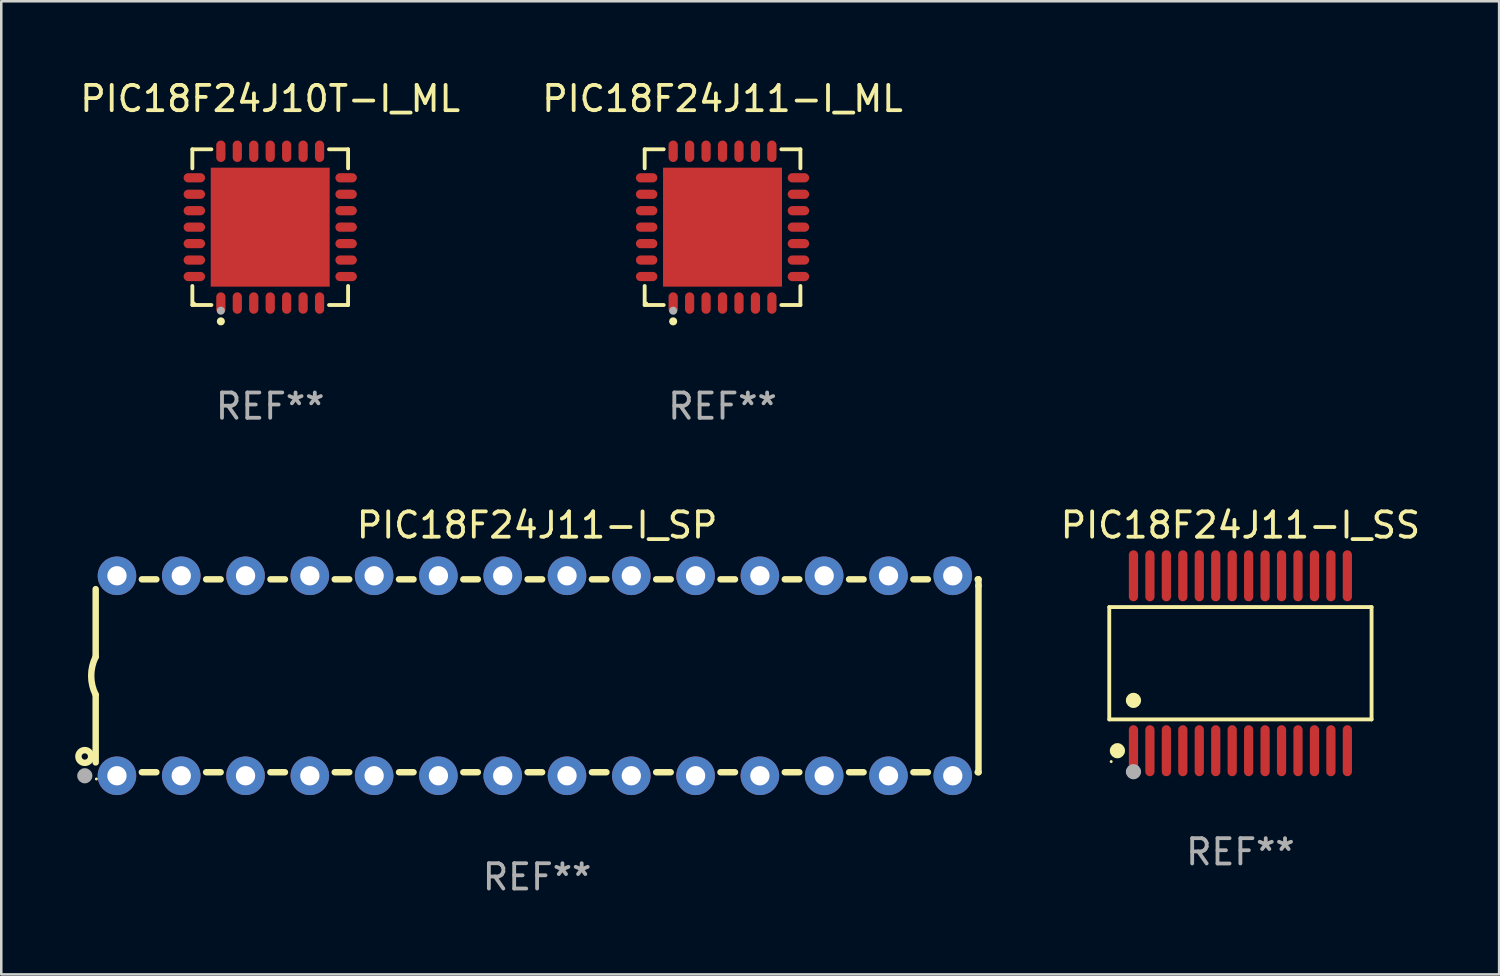
<source format=kicad_pcb>
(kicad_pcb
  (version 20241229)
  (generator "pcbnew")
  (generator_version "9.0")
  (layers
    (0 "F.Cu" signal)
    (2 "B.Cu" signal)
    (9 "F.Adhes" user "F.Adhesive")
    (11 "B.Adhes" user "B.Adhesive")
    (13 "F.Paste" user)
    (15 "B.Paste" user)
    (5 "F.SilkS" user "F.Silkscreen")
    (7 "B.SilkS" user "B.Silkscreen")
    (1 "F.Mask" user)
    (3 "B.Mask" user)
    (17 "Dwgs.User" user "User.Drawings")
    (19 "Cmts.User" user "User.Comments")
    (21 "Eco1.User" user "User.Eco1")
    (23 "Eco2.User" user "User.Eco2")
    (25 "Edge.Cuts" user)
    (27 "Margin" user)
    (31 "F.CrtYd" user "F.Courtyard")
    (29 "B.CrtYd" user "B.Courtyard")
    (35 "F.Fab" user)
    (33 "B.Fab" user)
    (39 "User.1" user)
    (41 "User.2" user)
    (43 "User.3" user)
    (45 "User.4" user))
  (footprint "PIC18F24J11-I_SS"
    (layer "F.Cu")
    (at 45.953 23.152)
    (property "Reference" "PIC18F24J11-I_SS" (at 0 -5.455 0) (layer "F.SilkS") (effects (font (size 1 1) (thickness 0.15))))
    (attr through_hole)
    (fp_line (start -5.181 -2.219) (end 5.181 -2.219) (stroke (width 0.152) (type solid)) (layer "F.SilkS"))
    (fp_line (start -5.181 2.219) (end -5.181 -2.219) (stroke (width 0.152) (type solid)) (layer "F.SilkS"))
    (fp_line (start 5.181 -2.219) (end 5.181 2.219) (stroke (width 0.152) (type solid)) (layer "F.SilkS"))
    (fp_line (start 5.181 2.219) (end -5.181 2.219) (stroke (width 0.152) (type solid)) (layer "F.SilkS"))
    (fp_circle (center -5.105 3.885) (end -5.075 3.885) (stroke (width 0.06) (type solid)) (fill no) (layer "F.SilkS"))
    (fp_circle (center -4.859 3.455) (end -4.709 3.455) (stroke (width 0.3) (type solid)) (fill no) (layer "F.SilkS"))
    (fp_circle (center -4.225 1.467) (end -4.075 1.467) (stroke (width 0.3) (type solid)) (fill no) (layer "F.SilkS"))
    (fp_circle (center -4.225 4.285) (end -4.075 4.285) (stroke (width 0.3) (type solid)) (fill no) (layer "F.Fab"))
    (fp_text user "REF**" (at 0 7.455 0) (layer "F.Fab") (effects (font (size 1 1) (thickness 0.15))))
    (pad "1" smd oval (at -4.225 3.455) (size 0.364 2.015) (layers "F.Cu" "F.Mask" "F.Paste"))
    (pad "2" smd oval (at -3.575 3.455) (size 0.364 2.015) (layers "F.Cu" "F.Mask" "F.Paste"))
    (pad "3" smd oval (at -2.925 3.455) (size 0.364 2.015) (layers "F.Cu" "F.Mask" "F.Paste"))
    (pad "4" smd oval (at -2.275 3.455) (size 0.364 2.015) (layers "F.Cu" "F.Mask" "F.Paste"))
    (pad "5" smd oval (at -1.625 3.455) (size 0.364 2.015) (layers "F.Cu" "F.Mask" "F.Paste"))
    (pad "6" smd oval (at -0.975 3.455) (size 0.364 2.015) (layers "F.Cu" "F.Mask" "F.Paste"))
    (pad "7" smd oval (at -0.325 3.455) (size 0.364 2.015) (layers "F.Cu" "F.Mask" "F.Paste"))
    (pad "8" smd oval (at 0.325 3.455) (size 0.364 2.015) (layers "F.Cu" "F.Mask" "F.Paste"))
    (pad "9" smd oval (at 0.975 3.455) (size 0.364 2.015) (layers "F.Cu" "F.Mask" "F.Paste"))
    (pad "10" smd oval (at 1.625 3.455) (size 0.364 2.015) (layers "F.Cu" "F.Mask" "F.Paste"))
    (pad "11" smd oval (at 2.275 3.455) (size 0.364 2.015) (layers "F.Cu" "F.Mask" "F.Paste"))
    (pad "12" smd oval (at 2.925 3.455) (size 0.364 2.015) (layers "F.Cu" "F.Mask" "F.Paste"))
    (pad "13" smd oval (at 3.575 3.455) (size 0.364 2.015) (layers "F.Cu" "F.Mask" "F.Paste"))
    (pad "14" smd oval (at 4.225 3.455) (size 0.364 2.015) (layers "F.Cu" "F.Mask" "F.Paste"))
    (pad "15" smd oval (at 4.225 -3.455) (size 0.364 2.015) (layers "F.Cu" "F.Mask" "F.Paste"))
    (pad "16" smd oval (at 3.575 -3.455) (size 0.364 2.015) (layers "F.Cu" "F.Mask" "F.Paste"))
    (pad "17" smd oval (at 2.925 -3.455) (size 0.364 2.015) (layers "F.Cu" "F.Mask" "F.Paste"))
    (pad "18" smd oval (at 2.275 -3.455) (size 0.364 2.015) (layers "F.Cu" "F.Mask" "F.Paste"))
    (pad "19" smd oval (at 1.625 -3.455) (size 0.364 2.015) (layers "F.Cu" "F.Mask" "F.Paste"))
    (pad "20" smd oval (at 0.975 -3.455) (size 0.364 2.015) (layers "F.Cu" "F.Mask" "F.Paste"))
    (pad "21" smd oval (at 0.325 -3.455) (size 0.364 2.015) (layers "F.Cu" "F.Mask" "F.Paste"))
    (pad "22" smd oval (at -0.325 -3.455) (size 0.364 2.015) (layers "F.Cu" "F.Mask" "F.Paste"))
    (pad "23" smd oval (at -0.975 -3.455) (size 0.364 2.015) (layers "F.Cu" "F.Mask" "F.Paste"))
    (pad "24" smd oval (at -1.625 -3.455) (size 0.364 2.015) (layers "F.Cu" "F.Mask" "F.Paste"))
    (pad "25" smd oval (at -2.275 -3.455) (size 0.364 2.015) (layers "F.Cu" "F.Mask" "F.Paste"))
    (pad "26" smd oval (at -2.925 -3.455) (size 0.364 2.015) (layers "F.Cu" "F.Mask" "F.Paste"))
    (pad "27" smd oval (at -3.575 -3.455) (size 0.364 2.015) (layers "F.Cu" "F.Mask" "F.Paste"))
    (pad "28" smd oval (at -4.225 -3.455) (size 0.364 2.015) (layers "F.Cu" "F.Mask" "F.Paste")))
  (footprint "PIC18F24J11-I_ML"
    (layer "F.Cu")
    (at 25.494 5.924)
    (property "Reference" "PIC18F24J11-I_ML" (at 0 -5.076 0) (layer "F.SilkS") (effects (font (size 1 1) (thickness 0.15))))
    (attr through_hole)
    (fp_line (start -3.076 -3.076) (end -2.323 -3.076) (stroke (width 0.152) (type solid)) (layer "F.SilkS"))
    (fp_line (start -3.076 -2.323) (end -3.076 -3.076) (stroke (width 0.152) (type solid)) (layer "F.SilkS"))
    (fp_line (start -3.076 2.323) (end -3.076 3.076) (stroke (width 0.152) (type solid)) (layer "F.SilkS"))
    (fp_line (start -3.076 3.076) (end -2.323 3.076) (stroke (width 0.152) (type solid)) (layer "F.SilkS"))
    (fp_line (start 3.076 -3.076) (end 2.323 -3.076) (stroke (width 0.152) (type solid)) (layer "F.SilkS"))
    (fp_line (start 3.076 -2.323) (end 3.076 -3.076) (stroke (width 0.152) (type solid)) (layer "F.SilkS"))
    (fp_line (start 3.076 2.323) (end 3.076 3.076) (stroke (width 0.152) (type solid)) (layer "F.SilkS"))
    (fp_line (start 3.076 3.076) (end 2.323 3.076) (stroke (width 0.152) (type solid)) (layer "F.SilkS"))
    (fp_circle (center -3 3) (end -2.97 3) (stroke (width 0.06) (type solid)) (fill no) (layer "F.SilkS"))
    (fp_circle (center -1.95 3.722) (end -1.87 3.722) (stroke (width 0.16) (type solid)) (fill no) (layer "F.SilkS"))
    (fp_circle (center -1.95 3.3) (end -1.87 3.3) (stroke (width 0.16) (type solid)) (fill no) (layer "F.Fab"))
    (fp_text user "REF**" (at 0 7.076 0) (layer "F.Fab") (effects (font (size 1 1) (thickness 0.15))))
    (pad "1" smd oval (at -1.95 2.998) (size 0.364 0.847) (layers "F.Cu" "F.Mask" "F.Paste"))
    (pad "2" smd oval (at -1.3 2.998) (size 0.364 0.847) (layers "F.Cu" "F.Mask" "F.Paste"))
    (pad "3" smd oval (at -0.65 2.998) (size 0.364 0.847) (layers "F.Cu" "F.Mask" "F.Paste"))
    (pad "4" smd oval (at 0 2.998) (size 0.364 0.847) (layers "F.Cu" "F.Mask" "F.Paste"))
    (pad "5" smd oval (at 0.65 2.998) (size 0.364 0.847) (layers "F.Cu" "F.Mask" "F.Paste"))
    (pad "6" smd oval (at 1.3 2.998) (size 0.364 0.847) (layers "F.Cu" "F.Mask" "F.Paste"))
    (pad "7" smd oval (at 1.95 2.998) (size 0.364 0.847) (layers "F.Cu" "F.Mask" "F.Paste"))
    (pad "8" smd oval (at 2.998 1.95) (size 0.847 0.364) (layers "F.Cu" "F.Mask" "F.Paste"))
    (pad "9" smd oval (at 2.998 1.3) (size 0.847 0.364) (layers "F.Cu" "F.Mask" "F.Paste"))
    (pad "10" smd oval (at 2.998 0.65) (size 0.847 0.364) (layers "F.Cu" "F.Mask" "F.Paste"))
    (pad "11" smd oval (at 2.998 0) (size 0.847 0.364) (layers "F.Cu" "F.Mask" "F.Paste"))
    (pad "12" smd oval (at 2.998 -0.65) (size 0.847 0.364) (layers "F.Cu" "F.Mask" "F.Paste"))
    (pad "13" smd oval (at 2.998 -1.3) (size 0.847 0.364) (layers "F.Cu" "F.Mask" "F.Paste"))
    (pad "14" smd oval (at 2.998 -1.95) (size 0.847 0.364) (layers "F.Cu" "F.Mask" "F.Paste"))
    (pad "15" smd oval (at 1.95 -2.998) (size 0.364 0.847) (layers "F.Cu" "F.Mask" "F.Paste"))
    (pad "16" smd oval (at 1.3 -2.998) (size 0.364 0.847) (layers "F.Cu" "F.Mask" "F.Paste"))
    (pad "17" smd oval (at 0.65 -2.998) (size 0.364 0.847) (layers "F.Cu" "F.Mask" "F.Paste"))
    (pad "18" smd oval (at 0 -2.998) (size 0.364 0.847) (layers "F.Cu" "F.Mask" "F.Paste"))
    (pad "19" smd oval (at -0.65 -2.998) (size 0.364 0.847) (layers "F.Cu" "F.Mask" "F.Paste"))
    (pad "20" smd oval (at -1.3 -2.998) (size 0.364 0.847) (layers "F.Cu" "F.Mask" "F.Paste"))
    (pad "21" smd oval (at -1.95 -2.998) (size 0.364 0.847) (layers "F.Cu" "F.Mask" "F.Paste"))
    (pad "22" smd oval (at -2.998 -1.95) (size 0.847 0.364) (layers "F.Cu" "F.Mask" "F.Paste"))
    (pad "23" smd oval (at -2.998 -1.3) (size 0.847 0.364) (layers "F.Cu" "F.Mask" "F.Paste"))
    (pad "24" smd oval (at -2.998 -0.65) (size 0.847 0.364) (layers "F.Cu" "F.Mask" "F.Paste"))
    (pad "25" smd oval (at -2.998 0) (size 0.847 0.364) (layers "F.Cu" "F.Mask" "F.Paste"))
    (pad "26" smd oval (at -2.998 0.65) (size 0.847 0.364) (layers "F.Cu" "F.Mask" "F.Paste"))
    (pad "27" smd oval (at -2.998 1.3) (size 0.847 0.364) (layers "F.Cu" "F.Mask" "F.Paste"))
    (pad "28" smd oval (at -2.998 1.95) (size 0.847 0.364) (layers "F.Cu" "F.Mask" "F.Paste"))
    (pad "29" smd rect (at 0 0) (size 4.7 4.7) (layers "F.Cu" "F.Mask" "F.Paste")))
  (footprint "PIC18F24J11-I_SP"
    (layer "F.Cu")
    (at 18.168 23.647)
    (property "Reference" "PIC18F24J11-I_SP" (at 0 -5.95 0) (layer "F.SilkS") (effects (font (size 1 1) (thickness 0.15))))
    (attr through_hole)
    (fp_line (start -17.438 0.75) (end -17.438 3.423) (stroke (width 0.254) (type solid)) (layer "F.SilkS"))
    (fp_line (start -17.438 -3.423) (end -17.438 -0.75) (stroke (width 0.254) (type solid)) (layer "F.SilkS"))
    (fp_line (start -15.615 3.81) (end -15.041 3.81) (stroke (width 0.254) (type solid)) (layer "F.SilkS"))
    (fp_line (start -15.041 -3.81) (end -15.614 -3.81) (stroke (width 0.254) (type solid)) (layer "F.SilkS"))
    (fp_line (start -13.075 3.81) (end -12.501 3.81) (stroke (width 0.254) (type solid)) (layer "F.SilkS"))
    (fp_line (start -12.501 -3.81) (end -13.074 -3.81) (stroke (width 0.254) (type solid)) (layer "F.SilkS"))
    (fp_line (start -10.535 3.81) (end -9.961 3.81) (stroke (width 0.254) (type solid)) (layer "F.SilkS"))
    (fp_line (start -9.961 -3.81) (end -10.534 -3.81) (stroke (width 0.254) (type solid)) (layer "F.SilkS"))
    (fp_line (start -7.995 3.81) (end -7.421 3.81) (stroke (width 0.254) (type solid)) (layer "F.SilkS"))
    (fp_line (start -7.421 -3.81) (end -7.995 -3.81) (stroke (width 0.254) (type solid)) (layer "F.SilkS"))
    (fp_line (start -5.455 3.81) (end -4.881 3.81) (stroke (width 0.254) (type solid)) (layer "F.SilkS"))
    (fp_line (start -4.881 -3.81) (end -5.455 -3.81) (stroke (width 0.254) (type solid)) (layer "F.SilkS"))
    (fp_line (start -2.915 3.81) (end -2.341 3.81) (stroke (width 0.254) (type solid)) (layer "F.SilkS"))
    (fp_line (start -2.341 -3.81) (end -2.915 -3.81) (stroke (width 0.254) (type solid)) (layer "F.SilkS"))
    (fp_line (start -0.375 3.81) (end 0.199 3.81) (stroke (width 0.254) (type solid)) (layer "F.SilkS"))
    (fp_line (start 0.199 -3.81) (end -0.375 -3.81) (stroke (width 0.254) (type solid)) (layer "F.SilkS"))
    (fp_line (start 2.165 3.81) (end 2.739 3.81) (stroke (width 0.254) (type solid)) (layer "F.SilkS"))
    (fp_line (start 2.739 -3.81) (end 2.165 -3.81) (stroke (width 0.254) (type solid)) (layer "F.SilkS"))
    (fp_line (start 4.705 3.81) (end 5.279 3.81) (stroke (width 0.254) (type solid)) (layer "F.SilkS"))
    (fp_line (start 5.279 -3.81) (end 4.705 -3.81) (stroke (width 0.254) (type solid)) (layer "F.SilkS"))
    (fp_line (start 7.245 3.81) (end 7.819 3.81) (stroke (width 0.254) (type solid)) (layer "F.SilkS"))
    (fp_line (start 7.819 -3.81) (end 7.245 -3.81) (stroke (width 0.254) (type solid)) (layer "F.SilkS"))
    (fp_line (start 9.785 3.81) (end 10.359 3.81) (stroke (width 0.254) (type solid)) (layer "F.SilkS"))
    (fp_line (start 10.359 -3.81) (end 9.785 -3.81) (stroke (width 0.254) (type solid)) (layer "F.SilkS"))
    (fp_line (start 12.325 3.81) (end 12.899 3.81) (stroke (width 0.254) (type solid)) (layer "F.SilkS"))
    (fp_line (start 12.899 -3.81) (end 12.325 -3.81) (stroke (width 0.254) (type solid)) (layer "F.SilkS"))
    (fp_line (start 14.865 3.81) (end 15.439 3.81) (stroke (width 0.254) (type solid)) (layer "F.SilkS"))
    (fp_line (start 15.439 -3.81) (end 14.865 -3.81) (stroke (width 0.254) (type solid)) (layer "F.SilkS"))
    (fp_line (start 17.405 3.81) (end 17.438 3.81) (stroke (width 0.254) (type solid)) (layer "F.SilkS"))
    (fp_line (start 17.438 -3.81) (end 17.405 -3.81) (stroke (width 0.254) (type solid)) (layer "F.SilkS"))
    (fp_line (start 17.438 -3.556) (end 17.438 -3.81) (stroke (width 0.254) (type solid)) (layer "F.SilkS"))
    (fp_line (start 17.438 3.81) (end 17.438 -3.556) (stroke (width 0.254) (type solid)) (layer "F.SilkS"))
    (fp_arc (start -17.437986 0.749657) (mid -17.614887 -0.000024) (end -17.437783 -0.749657) (stroke (width 0.254001) (type solid)) (layer "F.SilkS"))
    (fp_circle (center -17.868 3.188) (end -17.743 3.188) (stroke (width 0.254) (type solid)) (fill no) (layer "F.SilkS"))
    (fp_circle (center -17.411 4.077) (end -17.381 4.077) (stroke (width 0.06) (type solid)) (fill no) (layer "F.SilkS"))
    (fp_circle (center -17.868 3.95) (end -17.718 3.95) (stroke (width 0.3) (type solid)) (fill no) (layer "F.Fab"))
    (fp_text user "REF**" (at 0 7.95 0) (layer "F.Fab") (effects (font (size 1 1) (thickness 0.15))))
    (pad "1" thru_hole circle (at -16.598 3.95) (size 1.524 1.524) (drill 0.762) (layers "*.Cu" "*.Mask"))
    (pad "2" thru_hole circle (at -14.058 3.95) (size 1.524 1.524) (drill 0.762) (layers "*.Cu" "*.Mask"))
    (pad "3" thru_hole circle (at -11.518 3.95) (size 1.524 1.524) (drill 0.762) (layers "*.Cu" "*.Mask"))
    (pad "4" thru_hole circle (at -8.978 3.95) (size 1.524 1.524) (drill 0.762) (layers "*.Cu" "*.Mask"))
    (pad "5" thru_hole circle (at -6.438 3.95) (size 1.524 1.524) (drill 0.762) (layers "*.Cu" "*.Mask"))
    (pad "6" thru_hole circle (at -3.898 3.95) (size 1.524 1.524) (drill 0.762) (layers "*.Cu" "*.Mask"))
    (pad "7" thru_hole circle (at -1.358 3.95) (size 1.524 1.524) (drill 0.762) (layers "*.Cu" "*.Mask"))
    (pad "8" thru_hole circle (at 1.182 3.95) (size 1.524 1.524) (drill 0.762) (layers "*.Cu" "*.Mask"))
    (pad "9" thru_hole circle (at 3.722 3.95) (size 1.524 1.524) (drill 0.762) (layers "*.Cu" "*.Mask"))
    (pad "10" thru_hole circle (at 6.262 3.95) (size 1.524 1.524) (drill 0.762) (layers "*.Cu" "*.Mask"))
    (pad "11" thru_hole circle (at 8.802 3.95) (size 1.524 1.524) (drill 0.762) (layers "*.Cu" "*.Mask"))
    (pad "12" thru_hole circle (at 11.342 3.95) (size 1.524 1.524) (drill 0.762) (layers "*.Cu" "*.Mask"))
    (pad "13" thru_hole circle (at 13.882 3.95) (size 1.524 1.524) (drill 0.762) (layers "*.Cu" "*.Mask"))
    (pad "14" thru_hole circle (at 16.422 3.95) (size 1.524 1.524) (drill 0.762) (layers "*.Cu" "*.Mask"))
    (pad "15" thru_hole circle (at 16.422 -3.95) (size 1.524 1.524) (drill 0.762) (layers "*.Cu" "*.Mask"))
    (pad "16" thru_hole circle (at 13.882 -3.95) (size 1.524 1.524) (drill 0.762) (layers "*.Cu" "*.Mask"))
    (pad "17" thru_hole circle (at 11.342 -3.95) (size 1.524 1.524) (drill 0.762) (layers "*.Cu" "*.Mask"))
    (pad "18" thru_hole circle (at 8.802 -3.95) (size 1.524 1.524) (drill 0.762) (layers "*.Cu" "*.Mask"))
    (pad "19" thru_hole circle (at 6.262 -3.95) (size 1.524 1.524) (drill 0.762) (layers "*.Cu" "*.Mask"))
    (pad "20" thru_hole circle (at 3.722 -3.95) (size 1.524 1.524) (drill 0.762) (layers "*.Cu" "*.Mask"))
    (pad "21" thru_hole circle (at 1.182 -3.95) (size 1.524 1.524) (drill 0.762) (layers "*.Cu" "*.Mask"))
    (pad "22" thru_hole circle (at -1.358 -3.95) (size 1.524 1.524) (drill 0.762) (layers "*.Cu" "*.Mask"))
    (pad "23" thru_hole circle (at -3.898 -3.95) (size 1.524 1.524) (drill 0.762) (layers "*.Cu" "*.Mask"))
    (pad "24" thru_hole circle (at -6.438 -3.95) (size 1.524 1.524) (drill 0.762) (layers "*.Cu" "*.Mask"))
    (pad "25" thru_hole circle (at -8.978 -3.95) (size 1.524 1.524) (drill 0.762) (layers "*.Cu" "*.Mask"))
    (pad "26" thru_hole circle (at -11.517 -3.95) (size 1.524 1.524) (drill 0.762) (layers "*.Cu" "*.Mask"))
    (pad "27" thru_hole circle (at -14.057 -3.95) (size 1.524 1.524) (drill 0.762) (layers "*.Cu" "*.Mask"))
    (pad "28" thru_hole circle (at -16.597 -3.95) (size 1.524 1.524) (drill 0.762) (layers "*.Cu" "*.Mask")))
  (footprint "PIC18F24J10T-I_ML"
    (layer "F.Cu")
    (at 7.625 5.924)
    (property "Reference" "PIC18F24J10T-I_ML" (at 0 -5.076 0) (layer "F.SilkS") (effects (font (size 1 1) (thickness 0.15))))
    (attr through_hole)
    (fp_line (start -3.076 -3.076) (end -2.323 -3.076) (stroke (width 0.152) (type solid)) (layer "F.SilkS"))
    (fp_line (start -3.076 -2.323) (end -3.076 -3.076) (stroke (width 0.152) (type solid)) (layer "F.SilkS"))
    (fp_line (start -3.076 2.323) (end -3.076 3.076) (stroke (width 0.152) (type solid)) (layer "F.SilkS"))
    (fp_line (start -3.076 3.076) (end -2.323 3.076) (stroke (width 0.152) (type solid)) (layer "F.SilkS"))
    (fp_line (start 3.076 -3.076) (end 2.323 -3.076) (stroke (width 0.152) (type solid)) (layer "F.SilkS"))
    (fp_line (start 3.076 -2.323) (end 3.076 -3.076) (stroke (width 0.152) (type solid)) (layer "F.SilkS"))
    (fp_line (start 3.076 2.323) (end 3.076 3.076) (stroke (width 0.152) (type solid)) (layer "F.SilkS"))
    (fp_line (start 3.076 3.076) (end 2.323 3.076) (stroke (width 0.152) (type solid)) (layer "F.SilkS"))
    (fp_circle (center -3 3) (end -2.97 3) (stroke (width 0.06) (type solid)) (fill no) (layer "F.SilkS"))
    (fp_circle (center -1.95 3.722) (end -1.87 3.722) (stroke (width 0.16) (type solid)) (fill no) (layer "F.SilkS"))
    (fp_circle (center -1.95 3.3) (end -1.87 3.3) (stroke (width 0.16) (type solid)) (fill no) (layer "F.Fab"))
    (fp_text user "REF**" (at 0 7.076 0) (layer "F.Fab") (effects (font (size 1 1) (thickness 0.15))))
    (pad "1" smd oval (at -1.95 2.998) (size 0.364 0.847) (layers "F.Cu" "F.Mask" "F.Paste"))
    (pad "2" smd oval (at -1.3 2.998) (size 0.364 0.847) (layers "F.Cu" "F.Mask" "F.Paste"))
    (pad "3" smd oval (at -0.65 2.998) (size 0.364 0.847) (layers "F.Cu" "F.Mask" "F.Paste"))
    (pad "4" smd oval (at 0 2.998) (size 0.364 0.847) (layers "F.Cu" "F.Mask" "F.Paste"))
    (pad "5" smd oval (at 0.65 2.998) (size 0.364 0.847) (layers "F.Cu" "F.Mask" "F.Paste"))
    (pad "6" smd oval (at 1.3 2.998) (size 0.364 0.847) (layers "F.Cu" "F.Mask" "F.Paste"))
    (pad "7" smd oval (at 1.95 2.998) (size 0.364 0.847) (layers "F.Cu" "F.Mask" "F.Paste"))
    (pad "8" smd oval (at 2.998 1.95) (size 0.847 0.364) (layers "F.Cu" "F.Mask" "F.Paste"))
    (pad "9" smd oval (at 2.998 1.3) (size 0.847 0.364) (layers "F.Cu" "F.Mask" "F.Paste"))
    (pad "10" smd oval (at 2.998 0.65) (size 0.847 0.364) (layers "F.Cu" "F.Mask" "F.Paste"))
    (pad "11" smd oval (at 2.998 0) (size 0.847 0.364) (layers "F.Cu" "F.Mask" "F.Paste"))
    (pad "12" smd oval (at 2.998 -0.65) (size 0.847 0.364) (layers "F.Cu" "F.Mask" "F.Paste"))
    (pad "13" smd oval (at 2.998 -1.3) (size 0.847 0.364) (layers "F.Cu" "F.Mask" "F.Paste"))
    (pad "14" smd oval (at 2.998 -1.95) (size 0.847 0.364) (layers "F.Cu" "F.Mask" "F.Paste"))
    (pad "15" smd oval (at 1.95 -2.998) (size 0.364 0.847) (layers "F.Cu" "F.Mask" "F.Paste"))
    (pad "16" smd oval (at 1.3 -2.998) (size 0.364 0.847) (layers "F.Cu" "F.Mask" "F.Paste"))
    (pad "17" smd oval (at 0.65 -2.998) (size 0.364 0.847) (layers "F.Cu" "F.Mask" "F.Paste"))
    (pad "18" smd oval (at 0 -2.998) (size 0.364 0.847) (layers "F.Cu" "F.Mask" "F.Paste"))
    (pad "19" smd oval (at -0.65 -2.998) (size 0.364 0.847) (layers "F.Cu" "F.Mask" "F.Paste"))
    (pad "20" smd oval (at -1.3 -2.998) (size 0.364 0.847) (layers "F.Cu" "F.Mask" "F.Paste"))
    (pad "21" smd oval (at -1.95 -2.998) (size 0.364 0.847) (layers "F.Cu" "F.Mask" "F.Paste"))
    (pad "22" smd oval (at -2.998 -1.95) (size 0.847 0.364) (layers "F.Cu" "F.Mask" "F.Paste"))
    (pad "23" smd oval (at -2.998 -1.3) (size 0.847 0.364) (layers "F.Cu" "F.Mask" "F.Paste"))
    (pad "24" smd oval (at -2.998 -0.65) (size 0.847 0.364) (layers "F.Cu" "F.Mask" "F.Paste"))
    (pad "25" smd oval (at -2.998 0) (size 0.847 0.364) (layers "F.Cu" "F.Mask" "F.Paste"))
    (pad "26" smd oval (at -2.998 0.65) (size 0.847 0.364) (layers "F.Cu" "F.Mask" "F.Paste"))
    (pad "27" smd oval (at -2.998 1.3) (size 0.847 0.364) (layers "F.Cu" "F.Mask" "F.Paste"))
    (pad "28" smd oval (at -2.998 1.95) (size 0.847 0.364) (layers "F.Cu" "F.Mask" "F.Paste"))
    (pad "29" smd rect (at 0 0) (size 4.7 4.7) (layers "F.Cu" "F.Mask" "F.Paste")))
  (gr_rect
    (start -3 -3)
    (end 56.174 35.445)
    (stroke (width 0.1) (type default))
    (fill no)
    (layer "Edge.Cuts")))
</source>
